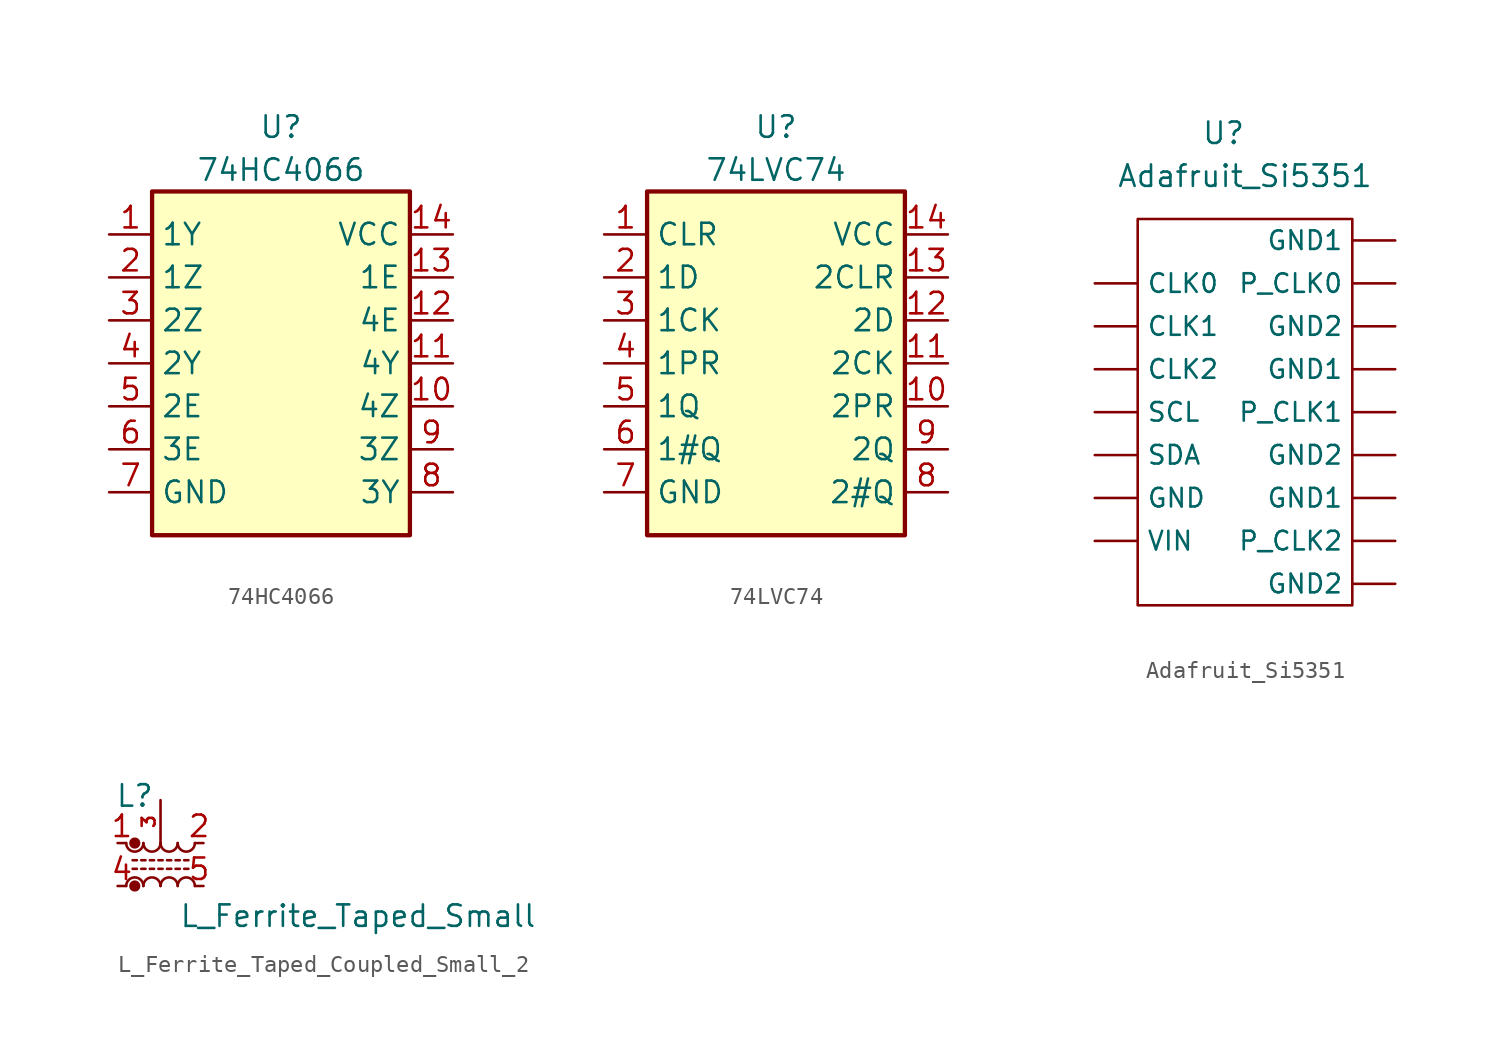
<source format=kicad_sym>
(kicad_symbol_lib
  (version 20241209)
  (generator "kicad_symbol_editor")
  (generator_version "9.0")
  (symbol "74HC4066"
    (property "Reference" "U"
      (at 0 12.7 0)
      (effects (font (size 1.27 1.27))))
    (property "Value" "74HC4066"
      (at 0 10.16 0)
      (effects (font (size 1.27 1.27))))
    (symbol "74HC4066_0_0"
      (pin no_connect line (at 7.62 -8.89 180) (length 2.54) (hide yes) (name "NC" (effects (font (size 1.27 1.27)))) (number "4" (effects (font (size 1.27 1.27)))))
      (pin no_connect line (at 7.62 -11.43 180) (length 2.54) (hide yes) (name "NC" (effects (font (size 1.27 1.27)))) (number "11" (effects (font (size 1.27 1.27))))))
    (symbol "74HC4066_0_1"
      (rectangle (start -7.62 8.89) (end 7.62 -11.43) (stroke (width 0.254) (type default)) (fill (type background))))
    (symbol "74HC4066_1_0"
      (pin input line (at -10.16 6.35 0) (length 2.54) (name "1Y" (effects (font (size 1.27 1.27)))) (number "1" (effects (font (size 1.27 1.27)))))
      (pin input line (at -10.16 3.81 0) (length 2.54) (name "1Z" (effects (font (size 1.27 1.27)))) (number "2" (effects (font (size 1.27 1.27)))))
      (pin input line (at -10.16 1.27 0) (length 2.54) (name "2Z" (effects (font (size 1.27 1.27)))) (number "3" (effects (font (size 1.27 1.27)))))
      (pin input line (at -10.16 -1.27 0) (length 2.54) (name "2Y" (effects (font (size 1.27 1.27)))) (number "4" (effects (font (size 1.27 1.27)))))
      (pin input line (at -10.16 -3.81 0) (length 2.54) (name "2E" (effects (font (size 1.27 1.27)))) (number "5" (effects (font (size 1.27 1.27)))))
      (pin input line (at -10.16 -6.35 0) (length 2.54) (name "3E" (effects (font (size 1.27 1.27)))) (number "6" (effects (font (size 1.27 1.27)))))
      (pin input line (at -10.16 -8.89 0) (length 2.54) (name "GND" (effects (font (size 1.27 1.27)))) (number "7" (effects (font (size 1.27 1.27)))))
      (pin power_in line (at 10.16 6.35 180) (length 2.54) (name "VCC" (effects (font (size 1.27 1.27)))) (number "14" (effects (font (size 1.27 1.27)))))
      (pin input line (at 10.16 3.81 180) (length 2.54) (name "1E" (effects (font (size 1.27 1.27)))) (number "13" (effects (font (size 1.27 1.27)))))
      (pin input line (at 10.16 1.27 180) (length 2.54) (name "4E" (effects (font (size 1.27 1.27)))) (number "12" (effects (font (size 1.27 1.27)))))
      (pin input line (at 10.16 -1.27 180) (length 2.54) (name "4Y" (effects (font (size 1.27 1.27)))) (number "11" (effects (font (size 1.27 1.27)))))
      (pin input line (at 10.16 -3.81 180) (length 2.54) (name "4Z" (effects (font (size 1.27 1.27)))) (number "10" (effects (font (size 1.27 1.27)))))
      (pin input line (at 10.16 -6.35 180) (length 2.54) (name "3Z" (effects (font (size 1.27 1.27)))) (number "9" (effects (font (size 1.27 1.27)))))
      (pin output line (at 10.16 -8.89 180) (length 2.54) (name "3Y" (effects (font (size 1.27 1.27)))) (number "8" (effects (font (size 1.27 1.27)))))))
  (symbol "74LVC74"
    (property "Reference" "U"
      (at 7.62 1.27 0)
      (effects (font (size 1.27 1.27))))
    (property "Value" "74LVC74"
      (at 7.62 -1.27 0)
      (effects (font (size 1.27 1.27))))
    (symbol "74LVC74_0_0"
      (pin no_connect line (at 15.24 -20.32 180) (length 2.54) (hide yes) (name "NC" (effects (font (size 1.27 1.27)))) (number "4" (effects (font (size 1.27 1.27)))))
      (pin no_connect line (at 15.24 -22.86 180) (length 2.54) (hide yes) (name "NC" (effects (font (size 1.27 1.27)))) (number "11" (effects (font (size 1.27 1.27))))))
    (symbol "74LVC74_0_1"
      (rectangle (start 0 -2.54) (end 15.24 -22.86) (stroke (width 0.254) (type default)) (fill (type background))))
    (symbol "74LVC74_1_0"
      (pin input line (at -2.54 -5.08 0) (length 2.54) (name "CLR" (effects (font (size 1.27 1.27)))) (number "1" (effects (font (size 1.27 1.27)))))
      (pin input line (at -2.54 -7.62 0) (length 2.54) (name "1D" (effects (font (size 1.27 1.27)))) (number "2" (effects (font (size 1.27 1.27)))))
      (pin input line (at -2.54 -10.16 0) (length 2.54) (name "1CK" (effects (font (size 1.27 1.27)))) (number "3" (effects (font (size 1.27 1.27)))))
      (pin input line (at -2.54 -12.7 0) (length 2.54) (name "1PR" (effects (font (size 1.27 1.27)))) (number "4" (effects (font (size 1.27 1.27)))))
      (pin input line (at -2.54 -15.24 0) (length 2.54) (name "1Q" (effects (font (size 1.27 1.27)))) (number "5" (effects (font (size 1.27 1.27)))))
      (pin input line (at -2.54 -17.78 0) (length 2.54) (name "1#Q" (effects (font (size 1.27 1.27)))) (number "6" (effects (font (size 1.27 1.27)))))
      (pin input line (at -2.54 -20.32 0) (length 2.54) (name "GND" (effects (font (size 1.27 1.27)))) (number "7" (effects (font (size 1.27 1.27)))))
      (pin power_in line (at 17.78 -5.08 180) (length 2.54) (name "VCC" (effects (font (size 1.27 1.27)))) (number "14" (effects (font (size 1.27 1.27)))))
      (pin input line (at 17.78 -7.62 180) (length 2.54) (name "2CLR" (effects (font (size 1.27 1.27)))) (number "13" (effects (font (size 1.27 1.27)))))
      (pin input line (at 17.78 -10.16 180) (length 2.54) (name "2D" (effects (font (size 1.27 1.27)))) (number "12" (effects (font (size 1.27 1.27)))))
      (pin input line (at 17.78 -12.7 180) (length 2.54) (name "2CK" (effects (font (size 1.27 1.27)))) (number "11" (effects (font (size 1.27 1.27)))))
      (pin input line (at 17.78 -15.24 180) (length 2.54) (name "2PR" (effects (font (size 1.27 1.27)))) (number "10" (effects (font (size 1.27 1.27)))))
      (pin input line (at 17.78 -17.78 180) (length 2.54) (name "2Q" (effects (font (size 1.27 1.27)))) (number "9" (effects (font (size 1.27 1.27)))))
      (pin output line (at 17.78 -20.32 180) (length 2.54) (name "2#Q" (effects (font (size 1.27 1.27)))) (number "8" (effects (font (size 1.27 1.27)))))))
  (symbol "Adafruit_Si5351"
    (property "Reference" "U"
      (at 0 16.51 0)
      (effects (font (size 1.27 1.27))))
    (property "Value" "Adafruit_Si5351"
      (at 1.27 13.97 0)
      (effects (font (size 1.27 1.27))))
    (symbol "Adafruit_Si5351_1_1"
      (rectangle (start -5.08 11.43) (end 7.62 -11.43) (stroke (width 0) (type default)) (fill (type none)))
      (pin input line (at -7.62 7.62 0) (length 2.54) (name "CLK0" (effects (font (size 1.1 1.1)))) (number "" (effects (font (size 1.5 1.5)))))
      (pin input line (at -7.62 5.08 0) (length 2.54) (name "CLK1" (effects (font (size 1.1 1.1)))) (number "" (effects (font (size 1.5 1.5)))))
      (pin input line (at -7.62 2.54 0) (length 2.54) (name "CLK2" (effects (font (size 1.1 1.1)))) (number "" (effects (font (size 1.5 1.5)))))
      (pin input line (at -7.62 0 0) (length 2.54) (name "SCL" (effects (font (size 1.1 1.1)))) (number "" (effects (font (size 1.5 1.5)))))
      (pin input line (at -7.62 -2.54 0) (length 2.54) (name "SDA" (effects (font (size 1.1 1.1)))) (number "" (effects (font (size 1.5 1.5)))))
      (pin input line (at -7.62 -5.08 0) (length 2.54) (name "GND" (effects (font (size 1.1 1.1)))) (number "" (effects (font (size 1.5 1.5)))))
      (pin power_in line (at -7.62 -7.62 0) (length 2.54) (name "VIN" (effects (font (size 1.1 1.1)))) (number "" (effects (font (size 1.5 1.5)))))
      (pin input line (at 10.16 10.16 180) (length 2.54) (name "GND1" (effects (font (size 1.1 1.1)))) (number "" (effects (font (size 1.5 1.5)))))
      (pin input line (at 10.16 7.62 180) (length 2.54) (name "P_CLK0" (effects (font (size 1.1 1.1)))) (number "" (effects (font (size 1.5 1.5)))))
      (pin input line (at 10.16 5.08 180) (length 2.54) (name "GND2" (effects (font (size 1.1 1.1)))) (number "" (effects (font (size 1.5 1.5)))))
      (pin input line (at 10.16 2.54 180) (length 2.54) (name "GND1" (effects (font (size 1.1 1.1)))) (number "" (effects (font (size 1.5 1.5)))))
      (pin input line (at 10.16 0 180) (length 2.54) (name "P_CLK1" (effects (font (size 1.1 1.1)))) (number "" (effects (font (size 1.5 1.5)))))
      (pin input line (at 10.16 -2.54 180) (length 2.54) (name "GND2" (effects (font (size 1.1 1.1)))) (number "" (effects (font (size 1.5 1.5)))))
      (pin input line (at 10.16 -5.08 180) (length 2.54) (name "GND1" (effects (font (size 1.1 1.1)))) (number "" (effects (font (size 1.5 1.5)))))
      (pin input line (at 10.16 -7.62 180) (length 2.54) (name "P_CLK2" (effects (font (size 1.1 1.1)))) (number "" (effects (font (size 1.5 1.5)))))
      (pin input line (at 10.16 -10.16 180) (length 2.54) (name "GND2" (effects (font (size 1.1 1.1)))) (number "" (effects (font (size 1.5 1.5)))))))
  (symbol "L_Ferrite_Taped_Coupled_Small_2"
    (pin_names
      (offset 0.254)
      (hide yes))
    (property "Reference" "L"
      (at -1.524 4.064 0)
      (effects (font (size 1.27 1.27))))
    (property "Value" "L_Ferrite_Taped_Small"
      (at 11.684 -3.048 0)
      (effects (font (size 1.27 1.27))))
    (symbol "L_Ferrite_Taped_Coupled_Small_2_0_1"
      (polyline (pts (xy -1.651 0.254) (xy -1.397 0.254)) (stroke (width 0) (type default)) (fill (type none)))
      (arc (start -1.016 1.27) (mid -1.524 0.7642) (end -2.032 1.27) (stroke (width 0) (type default)) (fill (type none)))
      (circle (center -1.524 1.27) (radius 0.254) (stroke (width 0) (type default)) (fill (type outline)))
      (circle (center -1.524 -1.27) (radius 0.254) (stroke (width 0) (type default)) (fill (type outline)))
      (arc (start -2.032 -1.27) (mid -1.524 -0.7642) (end -1.016 -1.27) (stroke (width 0) (type default)) (fill (type none)))
      (polyline (pts (xy -1.397 -0.254) (xy -1.651 -0.254)) (stroke (width 0) (type default)) (fill (type none)))
      (polyline (pts (xy -1.143 0.254) (xy -0.889 0.254)) (stroke (width 0) (type default)) (fill (type none)))
      (polyline (pts (xy -0.889 -0.254) (xy -1.143 -0.254)) (stroke (width 0) (type default)) (fill (type none)))
      (polyline (pts (xy -0.635 0.254) (xy -0.381 0.254)) (stroke (width 0) (type default)) (fill (type none)))
      (arc (start 0 1.27) (mid -0.508 0.7642) (end -1.016 1.27) (stroke (width 0) (type default)) (fill (type none)))
      (arc (start -1.016 -1.27) (mid -0.508 -0.7642) (end 0 -1.27) (stroke (width 0) (type default)) (fill (type none)))
      (polyline (pts (xy -0.381 -0.254) (xy -0.635 -0.254)) (stroke (width 0) (type default)) (fill (type none)))
      (polyline (pts (xy -0.127 0.254) (xy 0.127 0.254)) (stroke (width 0) (type default)) (fill (type none)))
      (polyline (pts (xy 0.127 -0.254) (xy -0.127 -0.254)) (stroke (width 0) (type default)) (fill (type none)))
      (polyline (pts (xy 0.381 0.254) (xy 0.635 0.254)) (stroke (width 0) (type default)) (fill (type none)))
      (arc (start 1.016 1.27) (mid 0.508 0.7642) (end 0 1.27) (stroke (width 0) (type default)) (fill (type none)))
      (arc (start 0 -1.27) (mid 0.508 -0.7642) (end 1.016 -1.27) (stroke (width 0) (type default)) (fill (type none)))
      (polyline (pts (xy 0.635 -0.254) (xy 0.381 -0.254)) (stroke (width 0) (type default)) (fill (type none)))
      (polyline (pts (xy 0.889 0.254) (xy 1.143 0.254)) (stroke (width 0) (type default)) (fill (type none)))
      (polyline (pts (xy 1.143 -0.254) (xy 0.889 -0.254)) (stroke (width 0) (type default)) (fill (type none)))
      (polyline (pts (xy 1.397 0.254) (xy 1.651 0.254)) (stroke (width 0) (type default)) (fill (type none)))
      (arc (start 2.032 1.27) (mid 1.524 0.7642) (end 1.016 1.27) (stroke (width 0) (type default)) (fill (type none)))
      (arc (start 1.016 -1.27) (mid 1.524 -0.7642) (end 2.032 -1.27) (stroke (width 0) (type default)) (fill (type none)))
      (polyline (pts (xy 1.651 -0.254) (xy 1.397 -0.254)) (stroke (width 0) (type default)) (fill (type none))))
    (symbol "L_Ferrite_Taped_Coupled_Small_2_1_1"
      (pin passive line (at -2.54 1.27 0) (length 0.508) (name "1" (effects (font (size 1.27 1.27)))) (number "1" (effects (font (size 1.27 1.27)))))
      (pin passive line (at -2.54 -1.27 0) (length 0.508) (name "4" (effects (font (size 1.27 1.27)))) (number "4" (effects (font (size 1.27 1.27)))))
      (pin passive line (at 0 3.81 270) (length 2.54) (name "Tap" (effects (font (size 1.27 1.27)))) (number "3" (effects (font (size 0.762 0.762)))))
      (pin passive line (at 2.54 1.27 180) (length 0.508) (name "2" (effects (font (size 1.27 1.27)))) (number "2" (effects (font (size 1.27 1.27)))))
      (pin passive line (at 2.54 -1.27 180) (length 0.508) (name "5" (effects (font (size 1.27 1.27)))) (number "5" (effects (font (size 1.27 1.27))))))))
</source>
